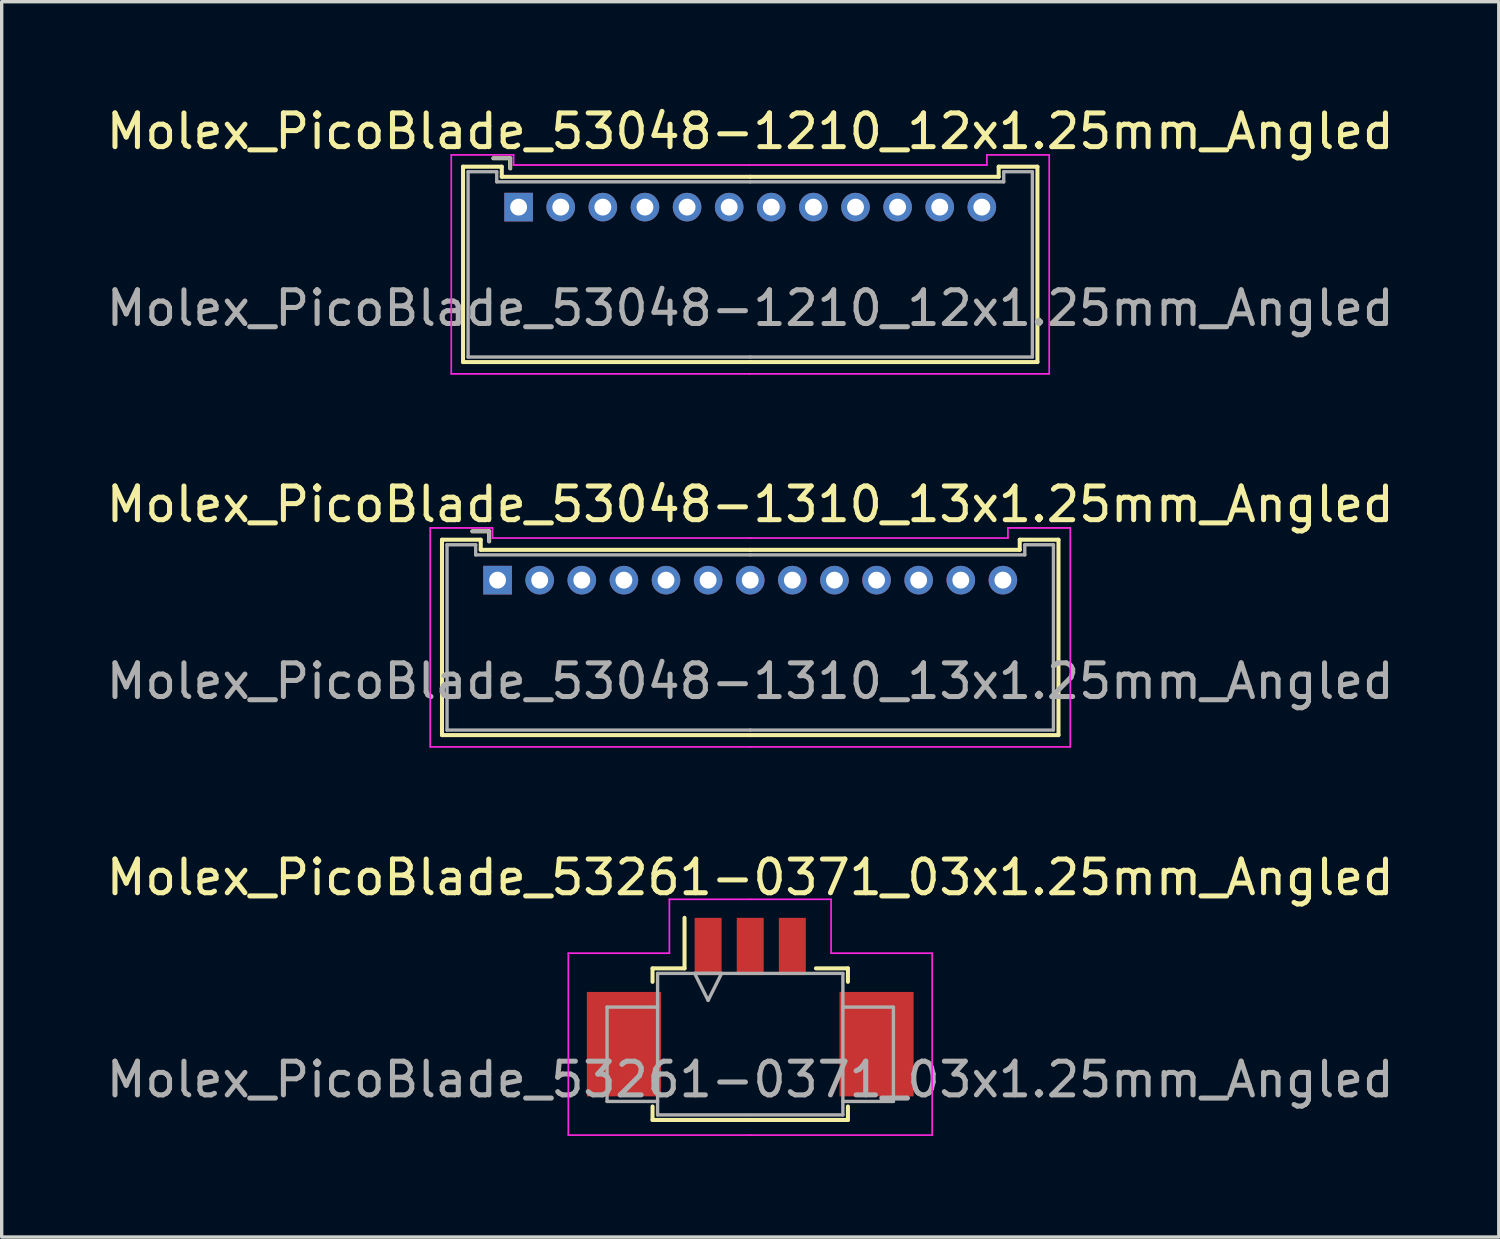
<source format=kicad_pcb>
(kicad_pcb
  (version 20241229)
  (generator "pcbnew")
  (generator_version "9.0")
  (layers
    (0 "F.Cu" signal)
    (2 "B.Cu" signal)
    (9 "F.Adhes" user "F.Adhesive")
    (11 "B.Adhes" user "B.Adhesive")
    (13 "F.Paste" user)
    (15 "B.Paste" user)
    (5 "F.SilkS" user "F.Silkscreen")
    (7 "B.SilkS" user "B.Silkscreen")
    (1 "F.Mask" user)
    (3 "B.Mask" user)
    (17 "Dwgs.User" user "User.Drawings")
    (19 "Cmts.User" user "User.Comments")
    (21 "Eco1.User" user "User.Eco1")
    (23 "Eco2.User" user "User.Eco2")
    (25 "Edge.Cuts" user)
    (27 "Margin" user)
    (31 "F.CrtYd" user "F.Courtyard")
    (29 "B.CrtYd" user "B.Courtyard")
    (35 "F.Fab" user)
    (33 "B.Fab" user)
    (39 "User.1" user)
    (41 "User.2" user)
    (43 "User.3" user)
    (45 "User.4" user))
  (footprint "Molex_PicoBlade_53261-0371_03x1.25mm_Angled"
    (layer "F.Cu")
    (at 19.22 26.495)
    (property "Reference" "Molex_PicoBlade_53261-0371_03x1.25mm_Angled" (at 0 -3.5 0) (layer "F.SilkS") (effects (font (size 1 1) (thickness 0.15))))
    (attr smd)
    (fp_line (start -2.9 -0.8) (end -2.9 -0.4) (stroke (width 0.12) (type solid)) (layer "F.SilkS"))
    (fp_line (start -2.9 3.3) (end -2.9 3.7) (stroke (width 0.12) (type solid)) (layer "F.SilkS"))
    (fp_line (start -2.9 3.7) (end 0 3.7) (stroke (width 0.12) (type solid)) (layer "F.SilkS"))
    (fp_line (start -1.95 -0.8) (end -2.9 -0.8) (stroke (width 0.12) (type solid)) (layer "F.SilkS"))
    (fp_line (start -1.95 -0.8) (end -1.95 -2.3) (stroke (width 0.12) (type solid)) (layer "F.SilkS"))
    (fp_line (start 1.95 -0.8) (end 2.9 -0.8) (stroke (width 0.12) (type solid)) (layer "F.SilkS"))
    (fp_line (start 2.9 -0.8) (end 2.9 -0.4) (stroke (width 0.12) (type solid)) (layer "F.SilkS"))
    (fp_line (start 2.9 3.3) (end 2.9 3.7) (stroke (width 0.12) (type solid)) (layer "F.SilkS"))
    (fp_line (start 2.9 3.7) (end 0 3.7) (stroke (width 0.12) (type solid)) (layer "F.SilkS"))
    (fp_line (start -5.4 -1.25) (end -5.4 4.15) (stroke (width 0.05) (type solid)) (layer "F.CrtYd"))
    (fp_line (start -5.4 4.15) (end 0 4.15) (stroke (width 0.05) (type solid)) (layer "F.CrtYd"))
    (fp_line (start -2.4 -2.85) (end -2.4 -1.25) (stroke (width 0.05) (type solid)) (layer "F.CrtYd"))
    (fp_line (start -2.4 -1.25) (end -5.4 -1.25) (stroke (width 0.05) (type solid)) (layer "F.CrtYd"))
    (fp_line (start 0 -2.85) (end -2.4 -2.85) (stroke (width 0.05) (type solid)) (layer "F.CrtYd"))
    (fp_line (start 0 -2.85) (end 2.4 -2.85) (stroke (width 0.05) (type solid)) (layer "F.CrtYd"))
    (fp_line (start 2.4 -2.85) (end 2.4 -1.25) (stroke (width 0.05) (type solid)) (layer "F.CrtYd"))
    (fp_line (start 2.4 -1.25) (end 5.4 -1.25) (stroke (width 0.05) (type solid)) (layer "F.CrtYd"))
    (fp_line (start 5.4 -1.25) (end 5.4 4.15) (stroke (width 0.05) (type solid)) (layer "F.CrtYd"))
    (fp_line (start 5.4 4.15) (end 0 4.15) (stroke (width 0.05) (type solid)) (layer "F.CrtYd"))
    (fp_line (start -4.25 0.35) (end -4.25 3.15) (stroke (width 0.1) (type solid)) (layer "F.Fab"))
    (fp_line (start -4.25 3.15) (end -2.75 3.15) (stroke (width 0.1) (type solid)) (layer "F.Fab"))
    (fp_line (start -2.75 -0.65) (end 2.75 -0.65) (stroke (width 0.1) (type solid)) (layer "F.Fab"))
    (fp_line (start -2.75 0.35) (end -4.25 0.35) (stroke (width 0.1) (type solid)) (layer "F.Fab"))
    (fp_line (start -2.75 3.55) (end -2.75 -0.65) (stroke (width 0.1) (type solid)) (layer "F.Fab"))
    (fp_line (start -1.65 -0.65) (end -1.25 0.15) (stroke (width 0.1) (type solid)) (layer "F.Fab"))
    (fp_line (start -1.25 0.15) (end -0.85 -0.65) (stroke (width 0.1) (type solid)) (layer "F.Fab"))
    (fp_line (start -0.85 -0.65) (end -1.65 -0.65) (stroke (width 0.1) (type solid)) (layer "F.Fab"))
    (fp_line (start 2.75 -0.65) (end 2.75 3.55) (stroke (width 0.1) (type solid)) (layer "F.Fab"))
    (fp_line (start 2.75 0.35) (end 4.25 0.35) (stroke (width 0.1) (type solid)) (layer "F.Fab"))
    (fp_line (start 2.75 3.55) (end -2.75 3.55) (stroke (width 0.1) (type solid)) (layer "F.Fab"))
    (fp_line (start 4.25 0.35) (end 4.25 3.15) (stroke (width 0.1) (type solid)) (layer "F.Fab"))
    (fp_line (start 4.25 3.15) (end 2.75 3.15) (stroke (width 0.1) (type solid)) (layer "F.Fab"))
    (fp_text user "${REFERENCE}" (at 0 2.5 0) (layer "F.Fab") (effects (font (size 1 1) (thickness 0.15))))
    (pad "" smd rect (at -3.75 1.45) (size 2.2 3.1) (layers "F.Cu" "F.Mask" "F.Paste"))
    (pad "" smd rect (at 3.75 1.45) (size 2.2 3.1) (layers "F.Cu" "F.Mask" "F.Paste"))
    (pad "1" smd rect (at -1.25 -1.45) (size 0.8 1.7) (layers "F.Cu" "F.Mask" "F.Paste"))
    (pad "2" smd rect (at 0 -1.45) (size 0.8 1.7) (layers "F.Cu" "F.Mask" "F.Paste"))
    (pad "3" smd rect (at 1.25 -1.45) (size 0.8 1.7) (layers "F.Cu" "F.Mask" "F.Paste")))
  (footprint "Molex_PicoBlade_53048-1310_13x1.25mm_Angled"
    (layer "F.Cu")
    (at 11.72 14.171)
    (property "Reference" "Molex_PicoBlade_53048-1310_13x1.25mm_Angled" (at 7.5 -2.25 0) (layer "F.SilkS") (effects (font (size 1 1) (thickness 0.15))))
    (attr through_hole)
    (fp_line (start -1.65 -1.2) (end -1.65 4.6) (stroke (width 0.12) (type solid)) (layer "F.SilkS"))
    (fp_line (start -1.65 4.6) (end 7.5 4.6) (stroke (width 0.12) (type solid)) (layer "F.SilkS"))
    (fp_line (start -0.5 -1.2) (end -1.65 -1.2) (stroke (width 0.12) (type solid)) (layer "F.SilkS"))
    (fp_line (start -0.5 -0.9) (end -0.5 -1.2) (stroke (width 0.12) (type solid)) (layer "F.SilkS"))
    (fp_line (start -0.25 -1.45) (end -0.75 -1.45) (stroke (width 0.12) (type solid)) (layer "F.SilkS"))
    (fp_line (start -0.25 -1.15) (end -0.25 -1.45) (stroke (width 0.12) (type solid)) (layer "F.SilkS"))
    (fp_line (start 7.5 -0.9) (end -0.5 -0.9) (stroke (width 0.12) (type solid)) (layer "F.SilkS"))
    (fp_line (start 7.5 -0.9) (end 15.5 -0.9) (stroke (width 0.12) (type solid)) (layer "F.SilkS"))
    (fp_line (start 15.5 -1.2) (end 16.65 -1.2) (stroke (width 0.12) (type solid)) (layer "F.SilkS"))
    (fp_line (start 15.5 -0.9) (end 15.5 -1.2) (stroke (width 0.12) (type solid)) (layer "F.SilkS"))
    (fp_line (start 16.65 -1.2) (end 16.65 4.6) (stroke (width 0.12) (type solid)) (layer "F.SilkS"))
    (fp_line (start 16.65 4.6) (end 7.5 4.6) (stroke (width 0.12) (type solid)) (layer "F.SilkS"))
    (fp_line (start -2 -1.55) (end -2 4.95) (stroke (width 0.05) (type solid)) (layer "F.CrtYd"))
    (fp_line (start -2 4.95) (end 7.5 4.95) (stroke (width 0.05) (type solid)) (layer "F.CrtYd"))
    (fp_line (start -0.15 -1.55) (end -2 -1.55) (stroke (width 0.05) (type solid)) (layer "F.CrtYd"))
    (fp_line (start -0.15 -1.25) (end -0.15 -1.55) (stroke (width 0.05) (type solid)) (layer "F.CrtYd"))
    (fp_line (start 7.5 -1.25) (end -0.15 -1.25) (stroke (width 0.05) (type solid)) (layer "F.CrtYd"))
    (fp_line (start 7.5 -1.25) (end 15.15 -1.25) (stroke (width 0.05) (type solid)) (layer "F.CrtYd"))
    (fp_line (start 15.15 -1.55) (end 17 -1.55) (stroke (width 0.05) (type solid)) (layer "F.CrtYd"))
    (fp_line (start 15.15 -1.25) (end 15.15 -1.55) (stroke (width 0.05) (type solid)) (layer "F.CrtYd"))
    (fp_line (start 17 -1.55) (end 17 4.95) (stroke (width 0.05) (type solid)) (layer "F.CrtYd"))
    (fp_line (start 17 4.95) (end 7.5 4.95) (stroke (width 0.05) (type solid)) (layer "F.CrtYd"))
    (fp_line (start -1.5 -1.05) (end -1.5 4.45) (stroke (width 0.1) (type solid)) (layer "F.Fab"))
    (fp_line (start -1.5 4.45) (end 7.5 4.45) (stroke (width 0.1) (type solid)) (layer "F.Fab"))
    (fp_line (start -0.65 -1.05) (end -1.5 -1.05) (stroke (width 0.1) (type solid)) (layer "F.Fab"))
    (fp_line (start -0.65 -0.75) (end -0.65 -1.05) (stroke (width 0.1) (type solid)) (layer "F.Fab"))
    (fp_line (start -0.25 -1.45) (end -0.75 -1.45) (stroke (width 0.1) (type solid)) (layer "F.Fab"))
    (fp_line (start -0.25 -1.15) (end -0.25 -1.45) (stroke (width 0.1) (type solid)) (layer "F.Fab"))
    (fp_line (start 7.5 -0.75) (end -0.65 -0.75) (stroke (width 0.1) (type solid)) (layer "F.Fab"))
    (fp_line (start 7.5 -0.75) (end 15.65 -0.75) (stroke (width 0.1) (type solid)) (layer "F.Fab"))
    (fp_line (start 15.65 -1.05) (end 16.5 -1.05) (stroke (width 0.1) (type solid)) (layer "F.Fab"))
    (fp_line (start 15.65 -0.75) (end 15.65 -1.05) (stroke (width 0.1) (type solid)) (layer "F.Fab"))
    (fp_line (start 16.5 -1.05) (end 16.5 4.45) (stroke (width 0.1) (type solid)) (layer "F.Fab"))
    (fp_line (start 16.5 4.45) (end 7.5 4.45) (stroke (width 0.1) (type solid)) (layer "F.Fab"))
    (fp_text user "${REFERENCE}" (at 7.5 3 0) (layer "F.Fab") (effects (font (size 1 1) (thickness 0.15))))
    (pad "1" thru_hole rect (at 0 0) (size 0.85 0.85) (drill 0.5) (layers "*.Cu" "*.Mask"))
    (pad "2" thru_hole circle (at 1.25 0) (size 0.85 0.85) (drill 0.5) (layers "*.Cu" "*.Mask"))
    (pad "3" thru_hole circle (at 2.5 0) (size 0.85 0.85) (drill 0.5) (layers "*.Cu" "*.Mask"))
    (pad "4" thru_hole circle (at 3.75 0) (size 0.85 0.85) (drill 0.5) (layers "*.Cu" "*.Mask"))
    (pad "5" thru_hole circle (at 5 0) (size 0.85 0.85) (drill 0.5) (layers "*.Cu" "*.Mask"))
    (pad "6" thru_hole circle (at 6.25 0) (size 0.85 0.85) (drill 0.5) (layers "*.Cu" "*.Mask"))
    (pad "7" thru_hole circle (at 7.5 0) (size 0.85 0.85) (drill 0.5) (layers "*.Cu" "*.Mask"))
    (pad "8" thru_hole circle (at 8.75 0) (size 0.85 0.85) (drill 0.5) (layers "*.Cu" "*.Mask"))
    (pad "9" thru_hole circle (at 10 0) (size 0.85 0.85) (drill 0.5) (layers "*.Cu" "*.Mask"))
    (pad "10" thru_hole circle (at 11.25 0) (size 0.85 0.85) (drill 0.5) (layers "*.Cu" "*.Mask"))
    (pad "11" thru_hole circle (at 12.5 0) (size 0.85 0.85) (drill 0.5) (layers "*.Cu" "*.Mask"))
    (pad "12" thru_hole circle (at 13.75 0) (size 0.85 0.85) (drill 0.5) (layers "*.Cu" "*.Mask"))
    (pad "13" thru_hole circle (at 15 0) (size 0.85 0.85) (drill 0.5) (layers "*.Cu" "*.Mask")))
  (footprint "Molex_PicoBlade_53048-1210_12x1.25mm_Angled"
    (layer "F.Cu")
    (at 12.345 3.098)
    (property "Reference" "Molex_PicoBlade_53048-1210_12x1.25mm_Angled" (at 6.875 -2.25 0) (layer "F.SilkS") (effects (font (size 1 1) (thickness 0.15))))
    (attr through_hole)
    (fp_line (start -1.65 -1.2) (end -1.65 4.6) (stroke (width 0.12) (type solid)) (layer "F.SilkS"))
    (fp_line (start -1.65 4.6) (end 6.875 4.6) (stroke (width 0.12) (type solid)) (layer "F.SilkS"))
    (fp_line (start -0.5 -1.2) (end -1.65 -1.2) (stroke (width 0.12) (type solid)) (layer "F.SilkS"))
    (fp_line (start -0.5 -0.9) (end -0.5 -1.2) (stroke (width 0.12) (type solid)) (layer "F.SilkS"))
    (fp_line (start -0.25 -1.45) (end -0.75 -1.45) (stroke (width 0.12) (type solid)) (layer "F.SilkS"))
    (fp_line (start -0.25 -1.15) (end -0.25 -1.45) (stroke (width 0.12) (type solid)) (layer "F.SilkS"))
    (fp_line (start 6.875 -0.9) (end -0.5 -0.9) (stroke (width 0.12) (type solid)) (layer "F.SilkS"))
    (fp_line (start 6.875 -0.9) (end 14.25 -0.9) (stroke (width 0.12) (type solid)) (layer "F.SilkS"))
    (fp_line (start 14.25 -1.2) (end 15.4 -1.2) (stroke (width 0.12) (type solid)) (layer "F.SilkS"))
    (fp_line (start 14.25 -0.9) (end 14.25 -1.2) (stroke (width 0.12) (type solid)) (layer "F.SilkS"))
    (fp_line (start 15.4 -1.2) (end 15.4 4.6) (stroke (width 0.12) (type solid)) (layer "F.SilkS"))
    (fp_line (start 15.4 4.6) (end 6.875 4.6) (stroke (width 0.12) (type solid)) (layer "F.SilkS"))
    (fp_line (start -2 -1.55) (end -2 4.95) (stroke (width 0.05) (type solid)) (layer "F.CrtYd"))
    (fp_line (start -2 4.95) (end 6.85 4.95) (stroke (width 0.05) (type solid)) (layer "F.CrtYd"))
    (fp_line (start -0.15 -1.55) (end -2 -1.55) (stroke (width 0.05) (type solid)) (layer "F.CrtYd"))
    (fp_line (start -0.15 -1.25) (end -0.15 -1.55) (stroke (width 0.05) (type solid)) (layer "F.CrtYd"))
    (fp_line (start 6.85 -1.25) (end -0.15 -1.25) (stroke (width 0.05) (type solid)) (layer "F.CrtYd"))
    (fp_line (start 6.85 -1.25) (end 13.9 -1.25) (stroke (width 0.05) (type solid)) (layer "F.CrtYd"))
    (fp_line (start 13.9 -1.55) (end 15.75 -1.55) (stroke (width 0.05) (type solid)) (layer "F.CrtYd"))
    (fp_line (start 13.9 -1.25) (end 13.9 -1.55) (stroke (width 0.05) (type solid)) (layer "F.CrtYd"))
    (fp_line (start 15.75 -1.55) (end 15.75 4.95) (stroke (width 0.05) (type solid)) (layer "F.CrtYd"))
    (fp_line (start 15.75 4.95) (end 6.85 4.95) (stroke (width 0.05) (type solid)) (layer "F.CrtYd"))
    (fp_line (start -1.5 -1.05) (end -1.5 4.45) (stroke (width 0.1) (type solid)) (layer "F.Fab"))
    (fp_line (start -1.5 4.45) (end 6.875 4.45) (stroke (width 0.1) (type solid)) (layer "F.Fab"))
    (fp_line (start -0.65 -1.05) (end -1.5 -1.05) (stroke (width 0.1) (type solid)) (layer "F.Fab"))
    (fp_line (start -0.65 -0.75) (end -0.65 -1.05) (stroke (width 0.1) (type solid)) (layer "F.Fab"))
    (fp_line (start -0.25 -1.45) (end -0.75 -1.45) (stroke (width 0.1) (type solid)) (layer "F.Fab"))
    (fp_line (start -0.25 -1.15) (end -0.25 -1.45) (stroke (width 0.1) (type solid)) (layer "F.Fab"))
    (fp_line (start 6.875 -0.75) (end -0.65 -0.75) (stroke (width 0.1) (type solid)) (layer "F.Fab"))
    (fp_line (start 6.875 -0.75) (end 14.4 -0.75) (stroke (width 0.1) (type solid)) (layer "F.Fab"))
    (fp_line (start 14.4 -1.05) (end 15.25 -1.05) (stroke (width 0.1) (type solid)) (layer "F.Fab"))
    (fp_line (start 14.4 -0.75) (end 14.4 -1.05) (stroke (width 0.1) (type solid)) (layer "F.Fab"))
    (fp_line (start 15.25 -1.05) (end 15.25 4.45) (stroke (width 0.1) (type solid)) (layer "F.Fab"))
    (fp_line (start 15.25 4.45) (end 6.875 4.45) (stroke (width 0.1) (type solid)) (layer "F.Fab"))
    (fp_text user "${REFERENCE}" (at 6.875 3 0) (layer "F.Fab") (effects (font (size 1 1) (thickness 0.15))))
    (pad "1" thru_hole rect (at 0 0) (size 0.85 0.85) (drill 0.5) (layers "*.Cu" "*.Mask"))
    (pad "2" thru_hole circle (at 1.25 0) (size 0.85 0.85) (drill 0.5) (layers "*.Cu" "*.Mask"))
    (pad "3" thru_hole circle (at 2.5 0) (size 0.85 0.85) (drill 0.5) (layers "*.Cu" "*.Mask"))
    (pad "4" thru_hole circle (at 3.75 0) (size 0.85 0.85) (drill 0.5) (layers "*.Cu" "*.Mask"))
    (pad "5" thru_hole circle (at 5 0) (size 0.85 0.85) (drill 0.5) (layers "*.Cu" "*.Mask"))
    (pad "6" thru_hole circle (at 6.25 0) (size 0.85 0.85) (drill 0.5) (layers "*.Cu" "*.Mask"))
    (pad "7" thru_hole circle (at 7.5 0) (size 0.85 0.85) (drill 0.5) (layers "*.Cu" "*.Mask"))
    (pad "8" thru_hole circle (at 8.75 0) (size 0.85 0.85) (drill 0.5) (layers "*.Cu" "*.Mask"))
    (pad "9" thru_hole circle (at 10 0) (size 0.85 0.85) (drill 0.5) (layers "*.Cu" "*.Mask"))
    (pad "10" thru_hole circle (at 11.25 0) (size 0.85 0.85) (drill 0.5) (layers "*.Cu" "*.Mask"))
    (pad "11" thru_hole circle (at 12.5 0) (size 0.85 0.85) (drill 0.5) (layers "*.Cu" "*.Mask"))
    (pad "12" thru_hole circle (at 13.75 0) (size 0.85 0.85) (drill 0.5) (layers "*.Cu" "*.Mask")))
  (gr_rect
    (start -3 -3)
    (end 41.44 33.67)
    (stroke (width 0.1) (type default))
    (fill no)
    (layer "Edge.Cuts")))
</source>
